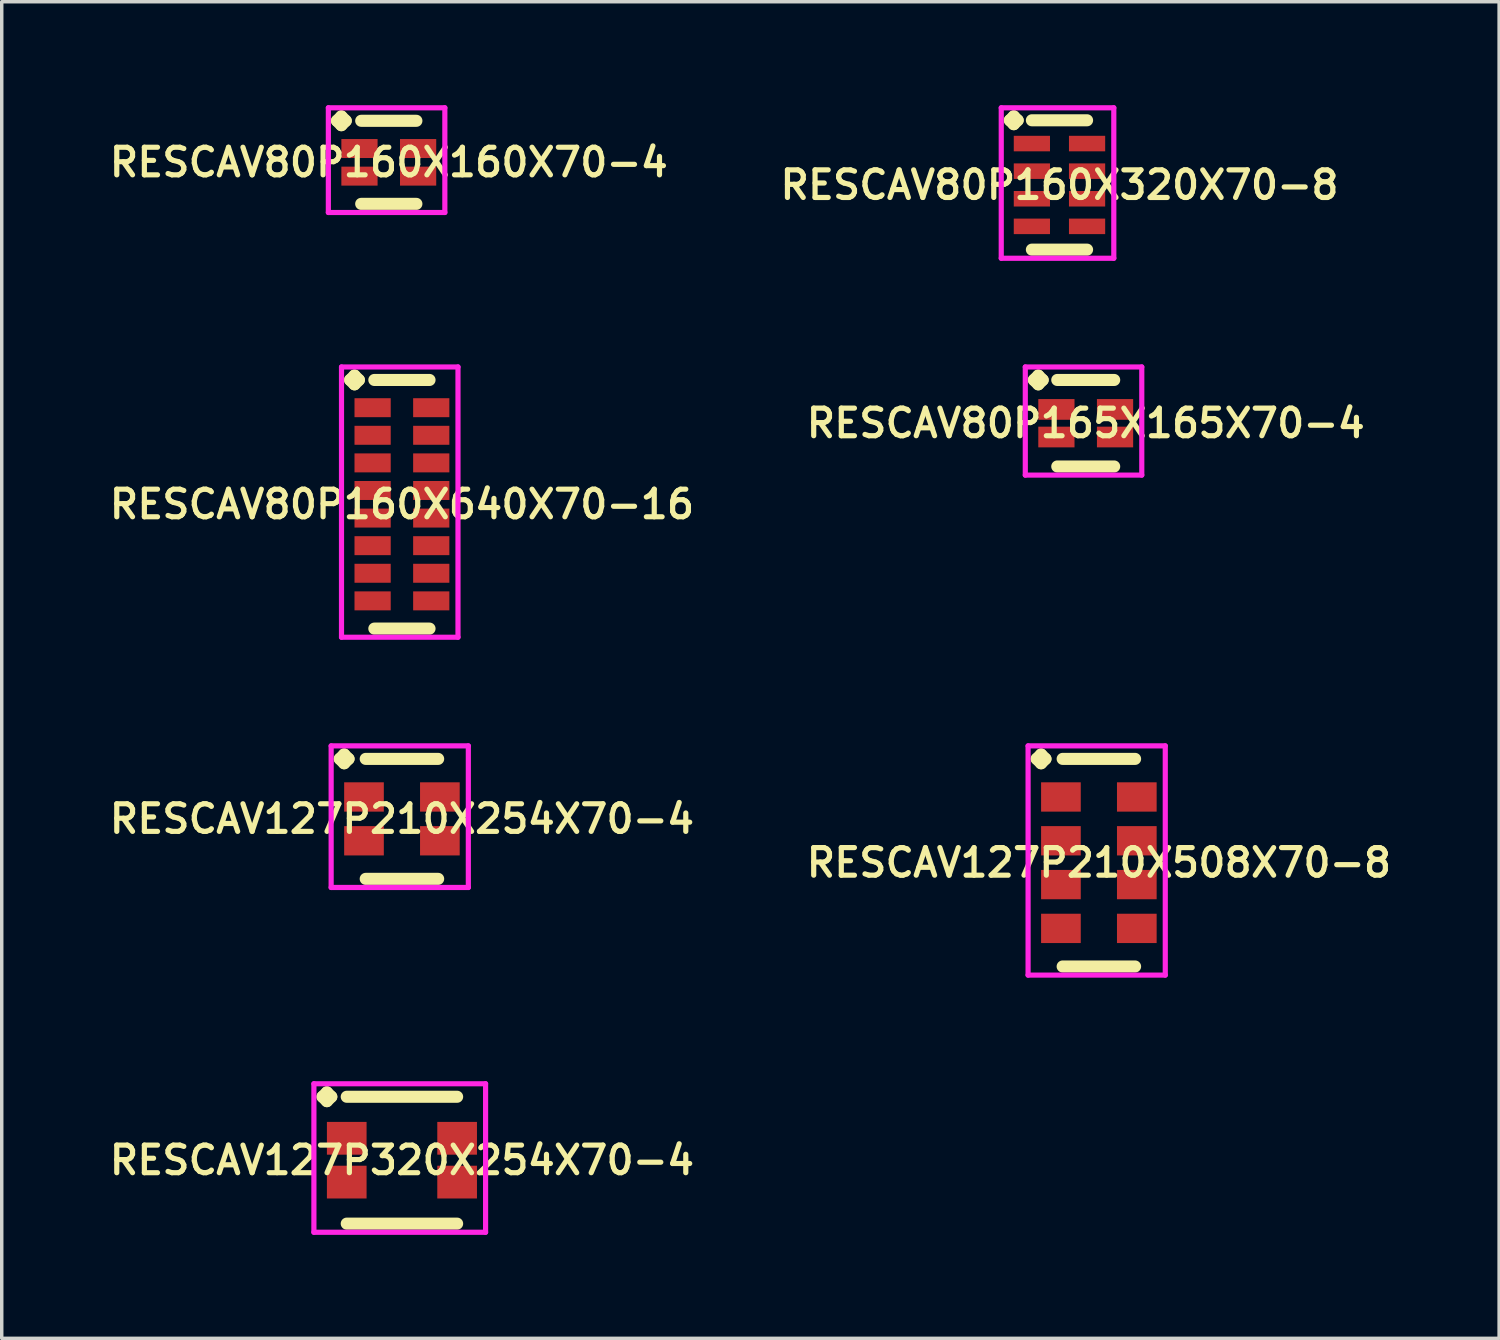
<source format=kicad_pcb>
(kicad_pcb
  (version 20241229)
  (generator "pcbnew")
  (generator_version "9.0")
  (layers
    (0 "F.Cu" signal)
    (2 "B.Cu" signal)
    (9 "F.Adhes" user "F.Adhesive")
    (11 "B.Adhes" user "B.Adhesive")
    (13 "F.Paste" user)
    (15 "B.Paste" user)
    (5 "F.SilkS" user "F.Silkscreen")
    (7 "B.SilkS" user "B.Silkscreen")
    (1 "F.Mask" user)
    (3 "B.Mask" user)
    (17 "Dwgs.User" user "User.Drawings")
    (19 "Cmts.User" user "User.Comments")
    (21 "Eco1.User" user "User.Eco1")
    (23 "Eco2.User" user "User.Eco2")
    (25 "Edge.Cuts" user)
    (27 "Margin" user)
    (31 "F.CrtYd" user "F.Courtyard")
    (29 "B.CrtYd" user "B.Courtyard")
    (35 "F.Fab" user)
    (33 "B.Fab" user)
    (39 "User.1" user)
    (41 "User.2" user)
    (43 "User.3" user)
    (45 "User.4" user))
  (footprint "RESCAV127P210X508X70-8"
    (layer "F.Cu")
    (at 28.806 21.959)
    (property "Reference" "RESCAV127P210X508X70-8" (at 0 0 0) (layer "F.SilkS") (effects (font (size 0.8 0.8) (thickness 0.15))))
    (attr smd)
    (fp_line (start -1.802 -3.009) (end -1.675 -3.136) (stroke (width 0.35) (type solid)) (layer "F.SilkS"))
    (fp_line (start -1.675 -3.136) (end -1.548 -3.009) (stroke (width 0.35) (type solid)) (layer "F.SilkS"))
    (fp_line (start -1.675 -2.882) (end -1.802 -3.009) (stroke (width 0.35) (type solid)) (layer "F.SilkS"))
    (fp_line (start -1.548 -3.009) (end -1.675 -2.882) (stroke (width 0.35) (type solid)) (layer "F.SilkS"))
    (fp_line (start -1.05 -3.009) (end 1.05 -3.009) (stroke (width 0.35) (type solid)) (layer "F.SilkS"))
    (fp_line (start -1.05 3.009) (end 1.05 3.009) (stroke (width 0.35) (type solid)) (layer "F.SilkS"))
    (fp_line (start -2.052 -3.386) (end 1.925 -3.386) (stroke (width 0.15) (type solid)) (layer "F.CrtYd"))
    (fp_line (start -2.052 3.259) (end -2.052 -3.386) (stroke (width 0.15) (type solid)) (layer "F.CrtYd"))
    (fp_line (start 1.925 -3.386) (end 1.925 3.259) (stroke (width 0.15) (type solid)) (layer "F.CrtYd"))
    (fp_line (start 1.925 3.259) (end -2.052 3.259) (stroke (width 0.15) (type solid)) (layer "F.CrtYd"))
    (pad "1" smd rect (at -1.1 -1.905) (size 1.15 0.85) (layers "F.Cu" "F.Mask" "F.Paste"))
    (pad "2" smd rect (at -1.1 -0.635) (size 1.15 0.85) (layers "F.Cu" "F.Mask" "F.Paste"))
    (pad "3" smd rect (at -1.1 0.635) (size 1.15 0.85) (layers "F.Cu" "F.Mask" "F.Paste"))
    (pad "4" smd rect (at -1.1 1.905) (size 1.15 0.85) (layers "F.Cu" "F.Mask" "F.Paste"))
    (pad "5" smd rect (at 1.1 1.905) (size 1.15 0.85) (layers "F.Cu" "F.Mask" "F.Paste"))
    (pad "6" smd rect (at 1.1 0.635) (size 1.15 0.85) (layers "F.Cu" "F.Mask" "F.Paste"))
    (pad "7" smd rect (at 1.1 -0.635) (size 1.15 0.85) (layers "F.Cu" "F.Mask" "F.Paste"))
    (pad "8" smd rect (at 1.1 -1.905) (size 1.15 0.85) (layers "F.Cu" "F.Mask" "F.Paste")))
  (footprint "RESCAV80P165X165X70-4"
    (layer "F.Cu")
    (at 28.425 9.219)
    (property "Reference" "RESCAV80P165X165X70-4" (at 0 0 0) (layer "F.SilkS") (effects (font (size 0.8 0.8) (thickness 0.15))))
    (attr through_hole)
    (fp_line (start -1.502 -1.254) (end -1.375 -1.381) (stroke (width 0.35) (type solid)) (layer "F.SilkS"))
    (fp_line (start -1.375 -1.381) (end -1.248 -1.254) (stroke (width 0.35) (type solid)) (layer "F.SilkS"))
    (fp_line (start -1.375 -1.127) (end -1.502 -1.254) (stroke (width 0.35) (type solid)) (layer "F.SilkS"))
    (fp_line (start -1.248 -1.254) (end -1.375 -1.127) (stroke (width 0.35) (type solid)) (layer "F.SilkS"))
    (fp_line (start -0.825 -1.254) (end 0.825 -1.254) (stroke (width 0.35) (type solid)) (layer "F.SilkS"))
    (fp_line (start -0.825 1.254) (end 0.825 1.254) (stroke (width 0.35) (type solid)) (layer "F.SilkS"))
    (fp_line (start -1.752 -1.631) (end 1.625 -1.631) (stroke (width 0.15) (type solid)) (layer "F.CrtYd"))
    (fp_line (start -1.752 1.504) (end -1.752 -1.631) (stroke (width 0.15) (type solid)) (layer "F.CrtYd"))
    (fp_line (start 1.625 -1.631) (end 1.625 1.504) (stroke (width 0.15) (type solid)) (layer "F.CrtYd"))
    (fp_line (start 1.625 1.504) (end -1.752 1.504) (stroke (width 0.15) (type solid)) (layer "F.CrtYd"))
    (pad "1" smd rect (at -0.85 -0.4) (size 1.05 0.6) (layers "F.Cu" "F.Mask" "F.Paste"))
    (pad "2" smd rect (at -0.85 0.4) (size 1.05 0.6) (layers "F.Cu" "F.Mask" "F.Paste"))
    (pad "3" smd rect (at 0.85 0.4) (size 1.05 0.6) (layers "F.Cu" "F.Mask" "F.Paste"))
    (pad "4" smd rect (at 0.85 -0.4) (size 1.05 0.6) (layers "F.Cu" "F.Mask" "F.Paste")))
  (footprint "RESCAV80P160X320X70-8"
    (layer "F.Cu")
    (at 27.664 2.312)
    (property "Reference" "RESCAV80P160X320X70-8" (at 0 0 0) (layer "F.SilkS") (effects (font (size 0.8 0.8) (thickness 0.15))))
    (attr smd)
    (fp_line (start -1.438 -1.875) (end -1.325 -1.988) (stroke (width 0.35) (type solid)) (layer "F.SilkS"))
    (fp_line (start -1.325 -1.988) (end -1.212 -1.875) (stroke (width 0.35) (type solid)) (layer "F.SilkS"))
    (fp_line (start -1.325 -1.762) (end -1.438 -1.875) (stroke (width 0.35) (type solid)) (layer "F.SilkS"))
    (fp_line (start -1.212 -1.875) (end -1.325 -1.762) (stroke (width 0.35) (type solid)) (layer "F.SilkS"))
    (fp_line (start -0.8 -1.875) (end 0.8 -1.875) (stroke (width 0.35) (type solid)) (layer "F.SilkS"))
    (fp_line (start -0.8 1.875) (end 0.8 1.875) (stroke (width 0.35) (type solid)) (layer "F.SilkS"))
    (fp_line (start -1.688 -2.237) (end 1.575 -2.237) (stroke (width 0.15) (type solid)) (layer "F.CrtYd"))
    (fp_line (start -1.688 2.125) (end -1.688 -2.237) (stroke (width 0.15) (type solid)) (layer "F.CrtYd"))
    (fp_line (start 1.575 -2.237) (end 1.575 2.125) (stroke (width 0.15) (type solid)) (layer "F.CrtYd"))
    (fp_line (start 1.575 2.125) (end -1.688 2.125) (stroke (width 0.15) (type solid)) (layer "F.CrtYd"))
    (pad "1" smd rect (at -0.8 -1.2) (size 1.05 0.45) (layers "F.Cu" "F.Mask" "F.Paste"))
    (pad "2" smd rect (at -0.8 -0.4) (size 1.05 0.45) (layers "F.Cu" "F.Mask" "F.Paste"))
    (pad "3" smd rect (at -0.8 0.4) (size 1.05 0.45) (layers "F.Cu" "F.Mask" "F.Paste"))
    (pad "4" smd rect (at -0.8 1.2) (size 1.05 0.45) (layers "F.Cu" "F.Mask" "F.Paste"))
    (pad "5" smd rect (at 0.8 1.2) (size 1.05 0.45) (layers "F.Cu" "F.Mask" "F.Paste"))
    (pad "6" smd rect (at 0.8 0.4) (size 1.05 0.45) (layers "F.Cu" "F.Mask" "F.Paste"))
    (pad "7" smd rect (at 0.8 -0.4) (size 1.05 0.45) (layers "F.Cu" "F.Mask" "F.Paste"))
    (pad "8" smd rect (at 0.8 -1.2) (size 1.05 0.45) (layers "F.Cu" "F.Mask" "F.Paste")))
  (footprint "RESCAV127P320X254X70-4"
    (layer "F.Cu")
    (at 8.602 30.584)
    (property "Reference" "RESCAV127P320X254X70-4" (at 0 0 0) (layer "F.SilkS") (effects (font (size 0.8 0.8) (thickness 0.15))))
    (attr smd)
    (fp_line (start -2.302 -1.839) (end -2.175 -1.966) (stroke (width 0.35) (type solid)) (layer "F.SilkS"))
    (fp_line (start -2.175 -1.966) (end -2.048 -1.839) (stroke (width 0.35) (type solid)) (layer "F.SilkS"))
    (fp_line (start -2.175 -1.712) (end -2.302 -1.839) (stroke (width 0.35) (type solid)) (layer "F.SilkS"))
    (fp_line (start -2.048 -1.839) (end -2.175 -1.712) (stroke (width 0.35) (type solid)) (layer "F.SilkS"))
    (fp_line (start -1.6 -1.839) (end 1.6 -1.839) (stroke (width 0.35) (type solid)) (layer "F.SilkS"))
    (fp_line (start -1.6 1.839) (end 1.6 1.839) (stroke (width 0.35) (type solid)) (layer "F.SilkS"))
    (fp_line (start -2.552 -2.216) (end 2.425 -2.216) (stroke (width 0.15) (type solid)) (layer "F.CrtYd"))
    (fp_line (start -2.552 2.089) (end -2.552 -2.216) (stroke (width 0.15) (type solid)) (layer "F.CrtYd"))
    (fp_line (start 2.425 -2.216) (end 2.425 2.089) (stroke (width 0.15) (type solid)) (layer "F.CrtYd"))
    (fp_line (start 2.425 2.089) (end -2.552 2.089) (stroke (width 0.15) (type solid)) (layer "F.CrtYd"))
    (pad "1" smd rect (at -1.6 -0.635) (size 1.15 0.95) (layers "F.Cu" "F.Mask" "F.Paste"))
    (pad "2" smd rect (at -1.6 0.635) (size 1.15 0.95) (layers "F.Cu" "F.Mask" "F.Paste"))
    (pad "3" smd rect (at 1.6 0.635) (size 1.15 0.95) (layers "F.Cu" "F.Mask" "F.Paste"))
    (pad "4" smd rect (at 1.6 -0.635) (size 1.15 0.95) (layers "F.Cu" "F.Mask" "F.Paste")))
  (footprint "RESCAV80P160X640X70-16"
    (layer "F.Cu")
    (at 8.602 11.569)
    (property "Reference" "RESCAV80P160X640X70-16" (at 0 0 0) (layer "F.SilkS") (effects (font (size 0.8 0.8) (thickness 0.15))))
    (attr through_hole)
    (fp_line (start -1.502 -3.604) (end -1.375 -3.731) (stroke (width 0.35) (type solid)) (layer "F.SilkS"))
    (fp_line (start -1.375 -3.731) (end -1.248 -3.604) (stroke (width 0.35) (type solid)) (layer "F.SilkS"))
    (fp_line (start -1.375 -3.477) (end -1.502 -3.604) (stroke (width 0.35) (type solid)) (layer "F.SilkS"))
    (fp_line (start -1.248 -3.604) (end -1.375 -3.477) (stroke (width 0.35) (type solid)) (layer "F.SilkS"))
    (fp_line (start -0.8 -3.604) (end 0.8 -3.604) (stroke (width 0.35) (type solid)) (layer "F.SilkS"))
    (fp_line (start -0.8 3.604) (end 0.8 3.604) (stroke (width 0.35) (type solid)) (layer "F.SilkS"))
    (fp_line (start -1.752 -3.981) (end 1.625 -3.981) (stroke (width 0.15) (type solid)) (layer "F.CrtYd"))
    (fp_line (start -1.752 3.854) (end -1.752 -3.981) (stroke (width 0.15) (type solid)) (layer "F.CrtYd"))
    (fp_line (start 1.625 -3.981) (end 1.625 3.854) (stroke (width 0.15) (type solid)) (layer "F.CrtYd"))
    (fp_line (start 1.625 3.854) (end -1.752 3.854) (stroke (width 0.15) (type solid)) (layer "F.CrtYd"))
    (pad "1" smd rect (at -0.85 -2.8) (size 1.05 0.55) (layers "F.Cu" "F.Mask" "F.Paste"))
    (pad "2" smd rect (at -0.85 -2) (size 1.05 0.55) (layers "F.Cu" "F.Mask" "F.Paste"))
    (pad "3" smd rect (at -0.85 -1.2) (size 1.05 0.55) (layers "F.Cu" "F.Mask" "F.Paste"))
    (pad "4" smd rect (at -0.85 -0.4) (size 1.05 0.55) (layers "F.Cu" "F.Mask" "F.Paste"))
    (pad "5" smd rect (at -0.85 0.4) (size 1.05 0.55) (layers "F.Cu" "F.Mask" "F.Paste"))
    (pad "6" smd rect (at -0.85 1.2) (size 1.05 0.55) (layers "F.Cu" "F.Mask" "F.Paste"))
    (pad "7" smd rect (at -0.85 2) (size 1.05 0.55) (layers "F.Cu" "F.Mask" "F.Paste"))
    (pad "8" smd rect (at -0.85 2.8) (size 1.05 0.55) (layers "F.Cu" "F.Mask" "F.Paste"))
    (pad "9" smd rect (at 0.85 2.8) (size 1.05 0.55) (layers "F.Cu" "F.Mask" "F.Paste"))
    (pad "10" smd rect (at 0.85 2) (size 1.05 0.55) (layers "F.Cu" "F.Mask" "F.Paste"))
    (pad "11" smd rect (at 0.85 1.2) (size 1.05 0.55) (layers "F.Cu" "F.Mask" "F.Paste"))
    (pad "12" smd rect (at 0.85 0.4) (size 1.05 0.55) (layers "F.Cu" "F.Mask" "F.Paste"))
    (pad "13" smd rect (at 0.85 -0.4) (size 1.05 0.55) (layers "F.Cu" "F.Mask" "F.Paste"))
    (pad "14" smd rect (at 0.85 -1.2) (size 1.05 0.55) (layers "F.Cu" "F.Mask" "F.Paste"))
    (pad "15" smd rect (at 0.85 -2) (size 1.05 0.55) (layers "F.Cu" "F.Mask" "F.Paste"))
    (pad "16" smd rect (at 0.85 -2.8) (size 1.05 0.55) (layers "F.Cu" "F.Mask" "F.Paste")))
  (footprint "RESCAV127P210X254X70-4"
    (layer "F.Cu")
    (at 8.602 20.689)
    (property "Reference" "RESCAV127P210X254X70-4" (at 0 0 0) (layer "F.SilkS") (effects (font (size 0.8 0.8) (thickness 0.15))))
    (attr smd)
    (fp_line (start -1.802 -1.739) (end -1.675 -1.866) (stroke (width 0.35) (type solid)) (layer "F.SilkS"))
    (fp_line (start -1.675 -1.866) (end -1.548 -1.739) (stroke (width 0.35) (type solid)) (layer "F.SilkS"))
    (fp_line (start -1.675 -1.612) (end -1.802 -1.739) (stroke (width 0.35) (type solid)) (layer "F.SilkS"))
    (fp_line (start -1.548 -1.739) (end -1.675 -1.612) (stroke (width 0.35) (type solid)) (layer "F.SilkS"))
    (fp_line (start -1.05 -1.739) (end 1.05 -1.739) (stroke (width 0.35) (type solid)) (layer "F.SilkS"))
    (fp_line (start -1.05 1.739) (end 1.05 1.739) (stroke (width 0.35) (type solid)) (layer "F.SilkS"))
    (fp_line (start -2.052 -2.116) (end 1.925 -2.116) (stroke (width 0.15) (type solid)) (layer "F.CrtYd"))
    (fp_line (start -2.052 1.989) (end -2.052 -2.116) (stroke (width 0.15) (type solid)) (layer "F.CrtYd"))
    (fp_line (start 1.925 -2.116) (end 1.925 1.989) (stroke (width 0.15) (type solid)) (layer "F.CrtYd"))
    (fp_line (start 1.925 1.989) (end -2.052 1.989) (stroke (width 0.15) (type solid)) (layer "F.CrtYd"))
    (pad "1" smd rect (at -1.1 -0.635) (size 1.15 0.85) (layers "F.Cu" "F.Mask" "F.Paste"))
    (pad "2" smd rect (at -1.1 0.635) (size 1.15 0.85) (layers "F.Cu" "F.Mask" "F.Paste"))
    (pad "3" smd rect (at 1.1 0.635) (size 1.15 0.85) (layers "F.Cu" "F.Mask" "F.Paste"))
    (pad "4" smd rect (at 1.1 -0.635) (size 1.15 0.85) (layers "F.Cu" "F.Mask" "F.Paste")))
  (footprint "RESCAV80P160X160X70-4"
    (layer "F.Cu")
    (at 8.221 1.656)
    (property "Reference" "RESCAV80P160X160X70-4" (at 0 0 0) (layer "F.SilkS") (effects (font (size 0.8 0.8) (thickness 0.15))))
    (attr through_hole)
    (fp_line (start -1.502 -1.204) (end -1.375 -1.331) (stroke (width 0.35) (type solid)) (layer "F.SilkS"))
    (fp_line (start -1.375 -1.331) (end -1.248 -1.204) (stroke (width 0.35) (type solid)) (layer "F.SilkS"))
    (fp_line (start -1.375 -1.077) (end -1.502 -1.204) (stroke (width 0.35) (type solid)) (layer "F.SilkS"))
    (fp_line (start -1.248 -1.204) (end -1.375 -1.077) (stroke (width 0.35) (type solid)) (layer "F.SilkS"))
    (fp_line (start -0.8 -1.204) (end 0.8 -1.204) (stroke (width 0.35) (type solid)) (layer "F.SilkS"))
    (fp_line (start -0.8 1.204) (end 0.8 1.204) (stroke (width 0.35) (type solid)) (layer "F.SilkS"))
    (fp_line (start -1.752 -1.581) (end 1.625 -1.581) (stroke (width 0.15) (type solid)) (layer "F.CrtYd"))
    (fp_line (start -1.752 1.454) (end -1.752 -1.581) (stroke (width 0.15) (type solid)) (layer "F.CrtYd"))
    (fp_line (start 1.625 -1.581) (end 1.625 1.454) (stroke (width 0.15) (type solid)) (layer "F.CrtYd"))
    (fp_line (start 1.625 1.454) (end -1.752 1.454) (stroke (width 0.15) (type solid)) (layer "F.CrtYd"))
    (pad "1" smd rect (at -0.85 -0.4) (size 1.05 0.55) (layers "F.Cu" "F.Mask" "F.Paste"))
    (pad "2" smd rect (at -0.85 0.4) (size 1.05 0.55) (layers "F.Cu" "F.Mask" "F.Paste"))
    (pad "3" smd rect (at 0.85 0.4) (size 1.05 0.55) (layers "F.Cu" "F.Mask" "F.Paste"))
    (pad "4" smd rect (at 0.85 -0.4) (size 1.05 0.55) (layers "F.Cu" "F.Mask" "F.Paste")))
  (gr_rect
    (start -3 -3)
    (end 40.409 35.748)
    (stroke (width 0.1) (type default))
    (fill no)
    (layer "Edge.Cuts")))
</source>
